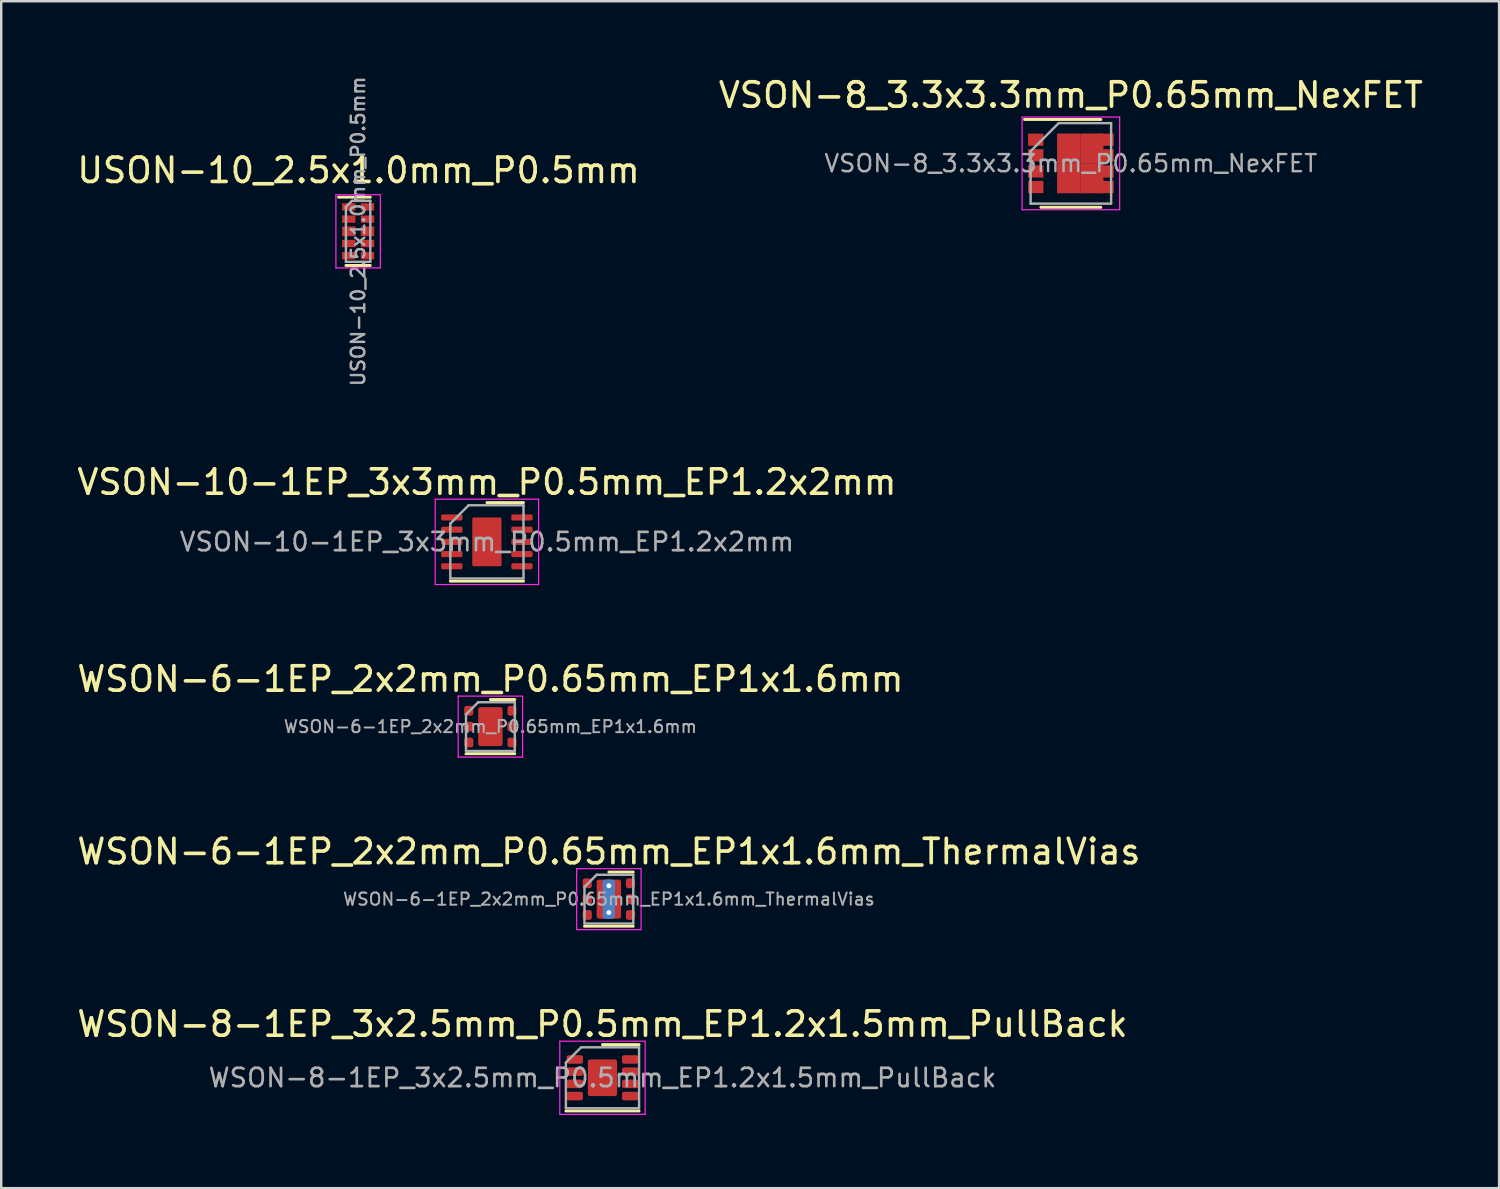
<source format=kicad_pcb>
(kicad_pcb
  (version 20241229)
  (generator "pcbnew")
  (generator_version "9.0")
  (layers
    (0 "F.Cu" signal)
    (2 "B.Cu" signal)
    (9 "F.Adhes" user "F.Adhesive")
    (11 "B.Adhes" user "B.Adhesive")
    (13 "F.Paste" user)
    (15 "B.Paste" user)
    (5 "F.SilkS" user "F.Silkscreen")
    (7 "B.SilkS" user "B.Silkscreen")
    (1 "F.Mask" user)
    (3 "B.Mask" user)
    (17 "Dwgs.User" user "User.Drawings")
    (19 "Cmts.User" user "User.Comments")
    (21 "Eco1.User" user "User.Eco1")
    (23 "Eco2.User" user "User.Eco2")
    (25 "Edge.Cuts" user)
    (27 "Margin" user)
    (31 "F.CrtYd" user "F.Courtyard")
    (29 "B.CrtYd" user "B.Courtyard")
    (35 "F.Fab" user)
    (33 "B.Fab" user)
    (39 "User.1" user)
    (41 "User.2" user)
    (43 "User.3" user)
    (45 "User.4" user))
  (footprint "WSON-6-1EP_2x2mm_P0.65mm_EP1x1.6mm_ThermalVias"
    (layer "F.Cu")
    (at 21.911 33.811)
    (property "Reference" "WSON-6-1EP_2x2mm_P0.65mm_EP1x1.6mm_ThermalVias" (at 0 -1.95 0) (layer "F.SilkS") (effects (font (size 1 1) (thickness 0.15))))
    (attr smd)
    (fp_line (start -1 1.11) (end 1 1.11) (stroke (width 0.12) (type solid)) (layer "F.SilkS"))
    (fp_line (start 0 -1.11) (end 1 -1.11) (stroke (width 0.12) (type solid)) (layer "F.SilkS"))
    (fp_line (start -1.32 -1.25) (end -1.32 1.25) (stroke (width 0.05) (type solid)) (layer "F.CrtYd"))
    (fp_line (start -1.32 1.25) (end 1.32 1.25) (stroke (width 0.05) (type solid)) (layer "F.CrtYd"))
    (fp_line (start 1.32 -1.25) (end -1.32 -1.25) (stroke (width 0.05) (type solid)) (layer "F.CrtYd"))
    (fp_line (start 1.32 1.25) (end 1.32 -1.25) (stroke (width 0.05) (type solid)) (layer "F.CrtYd"))
    (fp_line (start -1 -0.5) (end -0.5 -1) (stroke (width 0.1) (type solid)) (layer "F.Fab"))
    (fp_line (start -1 1) (end -1 -0.5) (stroke (width 0.1) (type solid)) (layer "F.Fab"))
    (fp_line (start -0.5 -1) (end 1 -1) (stroke (width 0.1) (type solid)) (layer "F.Fab"))
    (fp_line (start 1 -1) (end 1 1) (stroke (width 0.1) (type solid)) (layer "F.Fab"))
    (fp_line (start 1 1) (end -1 1) (stroke (width 0.1) (type solid)) (layer "F.Fab"))
    (fp_text user "${REFERENCE}" (at 0 0 0) (layer "F.Fab") (effects (font (size 0.5 0.5) (thickness 0.08))))
    (pad "" smd roundrect (at 0 -0.4) (size 0.87 0.69) (layers "F.Paste") (roundrect_rratio 0.25))
    (pad "" smd roundrect (at 0 0.4) (size 0.87 0.69) (layers "F.Paste") (roundrect_rratio 0.25))
    (pad "1" smd roundrect (at -0.887 -0.65) (size 0.375 0.4) (layers "F.Cu" "F.Mask" "F.Paste") (roundrect_rratio 0.25))
    (pad "2" smd roundrect (at -0.887 0) (size 0.375 0.4) (layers "F.Cu" "F.Mask" "F.Paste") (roundrect_rratio 0.25))
    (pad "3" smd roundrect (at -0.887 0.65) (size 0.375 0.4) (layers "F.Cu" "F.Mask" "F.Paste") (roundrect_rratio 0.25))
    (pad "4" smd roundrect (at 0.887 0.65) (size 0.375 0.4) (layers "F.Cu" "F.Mask" "F.Paste") (roundrect_rratio 0.25))
    (pad "5" smd roundrect (at 0.887 0) (size 0.375 0.4) (layers "F.Cu" "F.Mask" "F.Paste") (roundrect_rratio 0.25))
    (pad "6" smd roundrect (at 0.887 -0.65) (size 0.375 0.4) (layers "F.Cu" "F.Mask" "F.Paste") (roundrect_rratio 0.25))
    (pad "7" thru_hole circle (at 0 -0.55) (size 0.5 0.5) (drill 0.2) (layers "*.Cu"))
    (pad "7" smd roundrect (at 0 0) (size 0.5 1.6) (layers "B.Cu") (roundrect_rratio 0.188))
    (pad "7" smd roundrect (at 0 0) (size 1 1.6) (layers "F.Cu" "F.Mask") (roundrect_rratio 0.094))
    (pad "7" thru_hole circle (at 0 0.55) (size 0.5 0.5) (drill 0.2) (layers "*.Cu")))
  (footprint "USON-10_2.5x1.0mm_P0.5mm"
    (layer "F.Cu")
    (at 11.631 6.433)
    (property "Reference" "USON-10_2.5x1.0mm_P0.5mm" (at 0.018 -2.5 0) (layer "F.SilkS") (effects (font (size 1 1) (thickness 0.15))))
    (attr smd)
    (fp_line (start 0.5 -1.4) (end -0.8 -1.4) (stroke (width 0.12) (type solid)) (layer "F.SilkS"))
    (fp_line (start 0.5 1.4) (end -0.5 1.4) (stroke (width 0.12) (type solid)) (layer "F.SilkS"))
    (fp_line (start -0.91 -1.5) (end 0.91 -1.5) (stroke (width 0.05) (type solid)) (layer "F.CrtYd"))
    (fp_line (start -0.91 1.5) (end -0.91 -1.5) (stroke (width 0.05) (type solid)) (layer "F.CrtYd"))
    (fp_line (start 0.91 -1.5) (end 0.91 1.5) (stroke (width 0.05) (type solid)) (layer "F.CrtYd"))
    (fp_line (start 0.91 1.5) (end -0.91 1.5) (stroke (width 0.05) (type solid)) (layer "F.CrtYd"))
    (fp_line (start -0.5 -1) (end -0.5 1.25) (stroke (width 0.1) (type solid)) (layer "F.Fab"))
    (fp_line (start -0.5 1.25) (end 0.5 1.25) (stroke (width 0.1) (type solid)) (layer "F.Fab"))
    (fp_line (start -0.25 -1.25) (end -0.5 -1) (stroke (width 0.1) (type solid)) (layer "F.Fab"))
    (fp_line (start 0.5 -1.25) (end -0.25 -1.25) (stroke (width 0.1) (type solid)) (layer "F.Fab"))
    (fp_line (start 0.5 -1.25) (end 0.5 1.25) (stroke (width 0.1) (type solid)) (layer "F.Fab"))
    (fp_text user "${REFERENCE}" (at 0 0 90) (layer "F.Fab") (effects (font (size 0.55 0.55) (thickness 0.1))))
    (pad "1" smd rect (at -0.385 -1 270) (size 0.3 0.55) (layers "F.Cu" "F.Mask" "F.Paste"))
    (pad "2" smd rect (at -0.385 -0.5 270) (size 0.3 0.55) (layers "F.Cu" "F.Mask" "F.Paste"))
    (pad "3" smd rect (at -0.385 0 270) (size 0.4 0.55) (layers "F.Cu" "F.Mask" "F.Paste"))
    (pad "4" smd rect (at -0.385 0.5 270) (size 0.3 0.55) (layers "F.Cu" "F.Mask" "F.Paste"))
    (pad "5" smd rect (at -0.385 1 270) (size 0.3 0.55) (layers "F.Cu" "F.Mask" "F.Paste"))
    (pad "6" smd rect (at 0.385 1 270) (size 0.3 0.55) (layers "F.Cu" "F.Mask" "F.Paste"))
    (pad "7" smd rect (at 0.385 0.5 270) (size 0.3 0.55) (layers "F.Cu" "F.Mask" "F.Paste"))
    (pad "8" smd rect (at 0.385 0 270) (size 0.4 0.55) (layers "F.Cu" "F.Mask" "F.Paste"))
    (pad "9" smd rect (at 0.385 -0.5 270) (size 0.3 0.55) (layers "F.Cu" "F.Mask" "F.Paste"))
    (pad "10" smd rect (at 0.385 -1 270) (size 0.3 0.55) (layers "F.Cu" "F.Mask" "F.Paste")))
  (footprint "WSON-6-1EP_2x2mm_P0.65mm_EP1x1.6mm"
    (layer "F.Cu")
    (at 17.054 26.738)
    (property "Reference" "WSON-6-1EP_2x2mm_P0.65mm_EP1x1.6mm" (at 0 -1.95 0) (layer "F.SilkS") (effects (font (size 1 1) (thickness 0.15))))
    (attr smd)
    (fp_line (start -1 1.11) (end 1 1.11) (stroke (width 0.12) (type solid)) (layer "F.SilkS"))
    (fp_line (start 0 -1.11) (end 1 -1.11) (stroke (width 0.12) (type solid)) (layer "F.SilkS"))
    (fp_line (start -1.32 -1.25) (end -1.32 1.25) (stroke (width 0.05) (type solid)) (layer "F.CrtYd"))
    (fp_line (start -1.32 1.25) (end 1.32 1.25) (stroke (width 0.05) (type solid)) (layer "F.CrtYd"))
    (fp_line (start 1.32 -1.25) (end -1.32 -1.25) (stroke (width 0.05) (type solid)) (layer "F.CrtYd"))
    (fp_line (start 1.32 1.25) (end 1.32 -1.25) (stroke (width 0.05) (type solid)) (layer "F.CrtYd"))
    (fp_line (start -1 -0.5) (end -0.5 -1) (stroke (width 0.1) (type solid)) (layer "F.Fab"))
    (fp_line (start -1 1) (end -1 -0.5) (stroke (width 0.1) (type solid)) (layer "F.Fab"))
    (fp_line (start -0.5 -1) (end 1 -1) (stroke (width 0.1) (type solid)) (layer "F.Fab"))
    (fp_line (start 1 -1) (end 1 1) (stroke (width 0.1) (type solid)) (layer "F.Fab"))
    (fp_line (start 1 1) (end -1 1) (stroke (width 0.1) (type solid)) (layer "F.Fab"))
    (fp_text user "${REFERENCE}" (at 0 0 0) (layer "F.Fab") (effects (font (size 0.5 0.5) (thickness 0.08))))
    (pad "" smd roundrect (at 0 -0.4) (size 0.81 0.64) (layers "F.Paste") (roundrect_rratio 0.25))
    (pad "" smd roundrect (at 0 0.4) (size 0.81 0.64) (layers "F.Paste") (roundrect_rratio 0.25))
    (pad "1" smd roundrect (at -0.887 -0.65) (size 0.375 0.4) (layers "F.Cu" "F.Mask" "F.Paste") (roundrect_rratio 0.25))
    (pad "2" smd roundrect (at -0.887 0) (size 0.375 0.4) (layers "F.Cu" "F.Mask" "F.Paste") (roundrect_rratio 0.25))
    (pad "3" smd roundrect (at -0.887 0.65) (size 0.375 0.4) (layers "F.Cu" "F.Mask" "F.Paste") (roundrect_rratio 0.25))
    (pad "4" smd roundrect (at 0.887 0.65) (size 0.375 0.4) (layers "F.Cu" "F.Mask" "F.Paste") (roundrect_rratio 0.25))
    (pad "5" smd roundrect (at 0.887 0) (size 0.375 0.4) (layers "F.Cu" "F.Mask" "F.Paste") (roundrect_rratio 0.25))
    (pad "6" smd roundrect (at 0.887 -0.65) (size 0.375 0.4) (layers "F.Cu" "F.Mask" "F.Paste") (roundrect_rratio 0.25))
    (pad "7" smd roundrect (at 0 0) (size 1 1.6) (layers "F.Cu" "F.Mask") (roundrect_rratio 0.094)))
  (footprint "WSON-8-1EP_3x2.5mm_P0.5mm_EP1.2x1.5mm_PullBack"
    (layer "F.Cu")
    (at 21.649 41.134)
    (property "Reference" "WSON-8-1EP_3x2.5mm_P0.5mm_EP1.2x1.5mm_PullBack" (at 0 -2.2 0) (layer "F.SilkS") (effects (font (size 1 1) (thickness 0.15))))
    (attr smd)
    (fp_line (start -1.5 1.36) (end 1.5 1.36) (stroke (width 0.12) (type solid)) (layer "F.SilkS"))
    (fp_line (start 0 -1.36) (end 1.5 -1.36) (stroke (width 0.12) (type solid)) (layer "F.SilkS"))
    (fp_line (start -1.75 -1.5) (end -1.75 1.5) (stroke (width 0.05) (type solid)) (layer "F.CrtYd"))
    (fp_line (start -1.75 1.5) (end 1.75 1.5) (stroke (width 0.05) (type solid)) (layer "F.CrtYd"))
    (fp_line (start 1.75 -1.5) (end -1.75 -1.5) (stroke (width 0.05) (type solid)) (layer "F.CrtYd"))
    (fp_line (start 1.75 1.5) (end 1.75 -1.5) (stroke (width 0.05) (type solid)) (layer "F.CrtYd"))
    (fp_line (start -1.5 -0.625) (end -0.875 -1.25) (stroke (width 0.1) (type solid)) (layer "F.Fab"))
    (fp_line (start -1.5 1.25) (end -1.5 -0.625) (stroke (width 0.1) (type solid)) (layer "F.Fab"))
    (fp_line (start -0.875 -1.25) (end 1.5 -1.25) (stroke (width 0.1) (type solid)) (layer "F.Fab"))
    (fp_line (start 1.5 -1.25) (end 1.5 1.25) (stroke (width 0.1) (type solid)) (layer "F.Fab"))
    (fp_line (start 1.5 1.25) (end -1.5 1.25) (stroke (width 0.1) (type solid)) (layer "F.Fab"))
    (fp_text user "${REFERENCE}" (at 0 0 0) (layer "F.Fab") (effects (font (size 0.75 0.75) (thickness 0.11))))
    (pad "" smd roundrect (at -0.3 -0.375) (size 0.48 0.6) (layers "F.Paste") (roundrect_rratio 0.25))
    (pad "" smd roundrect (at -0.3 0.375) (size 0.48 0.6) (layers "F.Paste") (roundrect_rratio 0.25))
    (pad "" smd roundrect (at 0.3 -0.375) (size 0.48 0.6) (layers "F.Paste") (roundrect_rratio 0.25))
    (pad "" smd roundrect (at 0.3 0.375) (size 0.48 0.6) (layers "F.Paste") (roundrect_rratio 0.25))
    (pad "1" smd roundrect (at -1.137 -0.75) (size 0.675 0.35) (layers "F.Cu" "F.Mask" "F.Paste") (roundrect_rratio 0.25))
    (pad "2" smd roundrect (at -1.137 -0.25) (size 0.675 0.35) (layers "F.Cu" "F.Mask" "F.Paste") (roundrect_rratio 0.25))
    (pad "3" smd roundrect (at -1.137 0.25) (size 0.675 0.35) (layers "F.Cu" "F.Mask" "F.Paste") (roundrect_rratio 0.25))
    (pad "4" smd roundrect (at -1.137 0.75) (size 0.675 0.35) (layers "F.Cu" "F.Mask" "F.Paste") (roundrect_rratio 0.25))
    (pad "5" smd roundrect (at 1.137 0.75) (size 0.675 0.35) (layers "F.Cu" "F.Mask" "F.Paste") (roundrect_rratio 0.25))
    (pad "6" smd roundrect (at 1.137 0.25) (size 0.675 0.35) (layers "F.Cu" "F.Mask" "F.Paste") (roundrect_rratio 0.25))
    (pad "7" smd roundrect (at 1.137 -0.25) (size 0.675 0.35) (layers "F.Cu" "F.Mask" "F.Paste") (roundrect_rratio 0.25))
    (pad "8" smd roundrect (at 1.137 -0.75) (size 0.675 0.35) (layers "F.Cu" "F.Mask" "F.Paste") (roundrect_rratio 0.25))
    (pad "9" smd roundrect (at 0 0) (size 1.2 1.5) (layers "F.Cu" "F.Mask") (roundrect_rratio 0.073)))
  (footprint "VSON-8_3.3x3.3mm_P0.65mm_NexFET"
    (layer "F.Cu")
    (at 40.851 3.648)
    (property "Reference" "VSON-8_3.3x3.3mm_P0.65mm_NexFET" (at 0 -2.8 0) (layer "F.SilkS") (effects (font (size 1 1) (thickness 0.15))))
    (attr smd)
    (fp_line (start -1.9 -1.8) (end 1.23 -1.8) (stroke (width 0.12) (type solid)) (layer "F.SilkS"))
    (fp_line (start -1.23 1.8) (end 1.23 1.8) (stroke (width 0.12) (type solid)) (layer "F.SilkS"))
    (fp_line (start -2 -1.9) (end -2 1.9) (stroke (width 0.05) (type solid)) (layer "F.CrtYd"))
    (fp_line (start -2 -1.9) (end 2 -1.9) (stroke (width 0.05) (type solid)) (layer "F.CrtYd"))
    (fp_line (start -2 1.9) (end 2 1.9) (stroke (width 0.05) (type solid)) (layer "F.CrtYd"))
    (fp_line (start 2 -1.9) (end 2 1.9) (stroke (width 0.05) (type solid)) (layer "F.CrtYd"))
    (fp_line (start -1.65 -0.5) (end -0.5 -1.65) (stroke (width 0.1) (type solid)) (layer "F.Fab"))
    (fp_line (start -1.65 1.65) (end -1.65 -0.5) (stroke (width 0.1) (type solid)) (layer "F.Fab"))
    (fp_line (start -0.5 -1.65) (end 1.65 -1.65) (stroke (width 0.1) (type solid)) (layer "F.Fab"))
    (fp_line (start 1.65 -1.65) (end 1.65 1.65) (stroke (width 0.1) (type solid)) (layer "F.Fab"))
    (fp_line (start 1.65 1.65) (end -1.65 1.65) (stroke (width 0.1) (type solid)) (layer "F.Fab"))
    (fp_text user "${REFERENCE}" (at 0 0 0) (layer "F.Fab") (effects (font (size 0.7 0.7) (thickness 0.1))))
    (pad "1" smd rect (at -1.44 -0.97) (size 0.63 0.5) (layers "F.Cu" "F.Mask" "F.Paste"))
    (pad "2" smd rect (at -1.44 -0.33) (size 0.63 0.5) (layers "F.Cu" "F.Mask" "F.Paste"))
    (pad "3" smd rect (at -1.44 0.33) (size 0.63 0.5) (layers "F.Cu" "F.Mask" "F.Paste"))
    (pad "4" smd rect (at -1.44 0.97) (size 0.63 0.5) (layers "F.Cu" "F.Mask" "F.Paste"))
    (pad "5" smd rect (at -0.09 -0.61) (size 0.95 1.23) (layers "F.Cu" "F.Mask" "F.Paste"))
    (pad "5" smd rect (at -0.09 0.61) (size 0.95 1.23) (layers "F.Cu" "F.Mask" "F.Paste"))
    (pad "5" smd rect (at 0.86 -0.61) (size 0.95 1.23) (layers "F.Cu" "F.Mask" "F.Paste"))
    (pad "5" smd rect (at 0.86 0.61) (size 0.95 1.23) (layers "F.Cu" "F.Mask" "F.Paste"))
    (pad "5" smd rect (at 1.44 -0.97) (size 0.63 0.5) (layers "F.Cu" "F.Mask" "F.Paste"))
    (pad "5" smd rect (at 1.44 -0.33) (size 0.63 0.5) (layers "F.Cu" "F.Mask" "F.Paste"))
    (pad "5" smd rect (at 1.44 0.33) (size 0.63 0.5) (layers "F.Cu" "F.Mask" "F.Paste"))
    (pad "5" smd rect (at 1.44 0.97) (size 0.63 0.5) (layers "F.Cu" "F.Mask" "F.Paste")))
  (footprint "VSON-10-1EP_3x3mm_P0.5mm_EP1.2x2mm"
    (layer "F.Cu")
    (at 16.911 19.164)
    (property "Reference" "VSON-10-1EP_3x3mm_P0.5mm_EP1.2x2mm" (at 0 -2.45 0) (layer "F.SilkS") (effects (font (size 1 1) (thickness 0.15))))
    (attr smd)
    (fp_line (start -1.5 1.61) (end 1.5 1.61) (stroke (width 0.12) (type solid)) (layer "F.SilkS"))
    (fp_line (start 0 -1.61) (end 1.5 -1.61) (stroke (width 0.12) (type solid)) (layer "F.SilkS"))
    (fp_line (start -2.12 -1.75) (end -2.12 1.75) (stroke (width 0.05) (type solid)) (layer "F.CrtYd"))
    (fp_line (start -2.12 1.75) (end 2.12 1.75) (stroke (width 0.05) (type solid)) (layer "F.CrtYd"))
    (fp_line (start 2.12 -1.75) (end -2.12 -1.75) (stroke (width 0.05) (type solid)) (layer "F.CrtYd"))
    (fp_line (start 2.12 1.75) (end 2.12 -1.75) (stroke (width 0.05) (type solid)) (layer "F.CrtYd"))
    (fp_line (start -1.5 -0.75) (end -0.75 -1.5) (stroke (width 0.1) (type solid)) (layer "F.Fab"))
    (fp_line (start -1.5 1.5) (end -1.5 -0.75) (stroke (width 0.1) (type solid)) (layer "F.Fab"))
    (fp_line (start -0.75 -1.5) (end 1.5 -1.5) (stroke (width 0.1) (type solid)) (layer "F.Fab"))
    (fp_line (start 1.5 -1.5) (end 1.5 1.5) (stroke (width 0.1) (type solid)) (layer "F.Fab"))
    (fp_line (start 1.5 1.5) (end -1.5 1.5) (stroke (width 0.1) (type solid)) (layer "F.Fab"))
    (fp_text user "${REFERENCE}" (at 0 0 0) (layer "F.Fab") (effects (font (size 0.75 0.75) (thickness 0.11))))
    (pad "" smd roundrect (at -0.3 -0.5) (size 0.48 0.81) (layers "F.Paste") (roundrect_rratio 0.25))
    (pad "" smd roundrect (at -0.3 0.5) (size 0.48 0.81) (layers "F.Paste") (roundrect_rratio 0.25))
    (pad "" smd roundrect (at 0.3 -0.5) (size 0.48 0.81) (layers "F.Paste") (roundrect_rratio 0.25))
    (pad "" smd roundrect (at 0.3 0.5) (size 0.48 0.81) (layers "F.Paste") (roundrect_rratio 0.25))
    (pad "1" smd roundrect (at -1.438 -1) (size 0.875 0.25) (layers "F.Cu" "F.Mask" "F.Paste") (roundrect_rratio 0.25))
    (pad "2" smd roundrect (at -1.438 -0.5) (size 0.875 0.25) (layers "F.Cu" "F.Mask" "F.Paste") (roundrect_rratio 0.25))
    (pad "3" smd roundrect (at -1.438 0) (size 0.875 0.25) (layers "F.Cu" "F.Mask" "F.Paste") (roundrect_rratio 0.25))
    (pad "4" smd roundrect (at -1.438 0.5) (size 0.875 0.25) (layers "F.Cu" "F.Mask" "F.Paste") (roundrect_rratio 0.25))
    (pad "5" smd roundrect (at -1.438 1) (size 0.875 0.25) (layers "F.Cu" "F.Mask" "F.Paste") (roundrect_rratio 0.25))
    (pad "6" smd roundrect (at 1.438 1) (size 0.875 0.25) (layers "F.Cu" "F.Mask" "F.Paste") (roundrect_rratio 0.25))
    (pad "7" smd roundrect (at 1.438 0.5) (size 0.875 0.25) (layers "F.Cu" "F.Mask" "F.Paste") (roundrect_rratio 0.25))
    (pad "8" smd roundrect (at 1.438 0) (size 0.875 0.25) (layers "F.Cu" "F.Mask" "F.Paste") (roundrect_rratio 0.25))
    (pad "9" smd roundrect (at 1.438 -0.5) (size 0.875 0.25) (layers "F.Cu" "F.Mask" "F.Paste") (roundrect_rratio 0.25))
    (pad "10" smd roundrect (at 1.438 -1) (size 0.875 0.25) (layers "F.Cu" "F.Mask" "F.Paste") (roundrect_rratio 0.25))
    (pad "11" smd roundrect (at 0 0) (size 1.2 2) (layers "F.Cu" "F.Mask") (roundrect_rratio 0.052)))
  (gr_rect
    (start -3 -3)
    (end 58.405 45.659)
    (stroke (width 0.1) (type default))
    (fill no)
    (layer "Edge.Cuts")))
</source>
